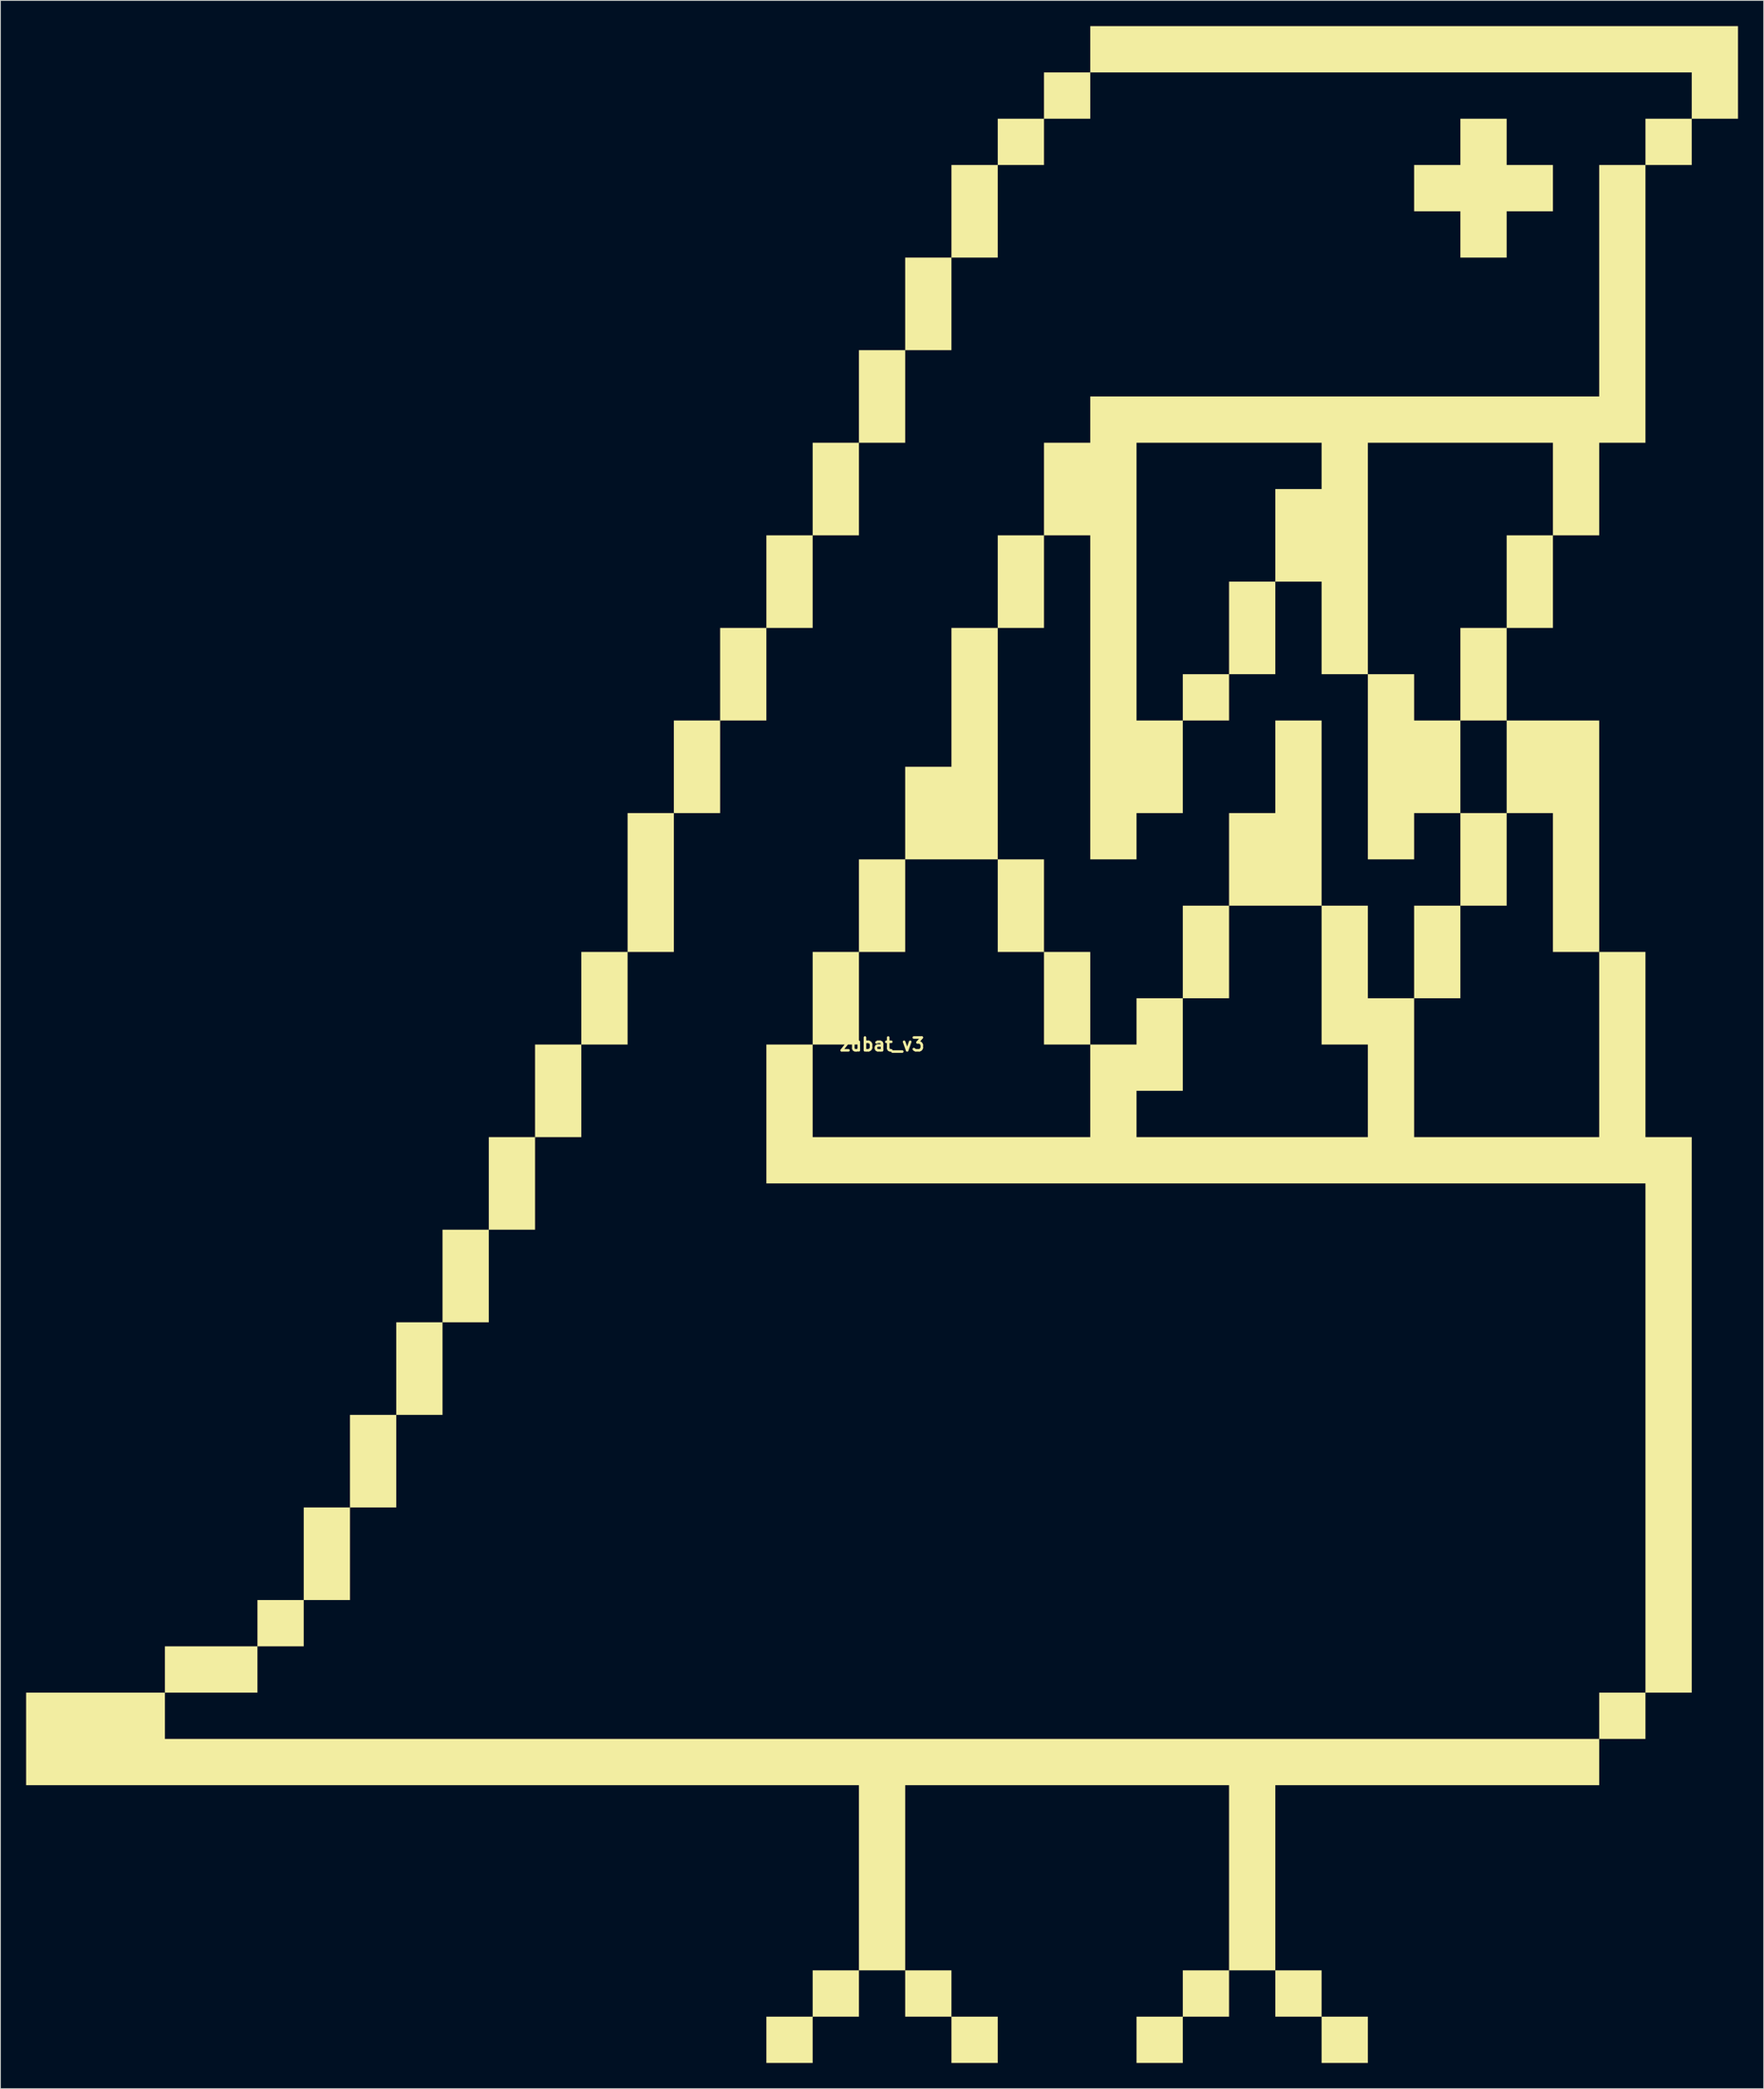
<source format=kicad_pcb>
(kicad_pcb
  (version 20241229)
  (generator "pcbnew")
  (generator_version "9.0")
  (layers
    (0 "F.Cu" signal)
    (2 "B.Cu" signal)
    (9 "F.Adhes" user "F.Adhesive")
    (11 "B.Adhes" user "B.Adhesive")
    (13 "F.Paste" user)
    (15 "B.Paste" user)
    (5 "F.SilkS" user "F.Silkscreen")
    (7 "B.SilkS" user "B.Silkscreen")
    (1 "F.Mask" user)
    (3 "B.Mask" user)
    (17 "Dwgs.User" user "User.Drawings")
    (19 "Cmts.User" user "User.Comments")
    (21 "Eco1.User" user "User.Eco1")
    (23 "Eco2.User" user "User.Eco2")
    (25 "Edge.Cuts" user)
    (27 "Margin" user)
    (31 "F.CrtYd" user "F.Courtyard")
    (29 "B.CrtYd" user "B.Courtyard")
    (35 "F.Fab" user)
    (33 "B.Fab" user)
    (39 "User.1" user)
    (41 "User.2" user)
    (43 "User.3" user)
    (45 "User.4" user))
  (footprint "zubat_v3"
    (layer "F.Cu")
    (at 99.979 118.894)
    (property "Reference" "zubat_v3" (at 0 0 0) (layer "F.SilkS") (effects (font (size 1.5 1.5) (thickness 0.3))))
    (attr board_only exclude_from_pos_files exclude_from_bom)
    (fp_poly (pts (xy 8.106 110.787) (xy 8.106 113.489) (xy 5.404 113.489) (xy 2.702 113.489) (xy 2.702 110.787) (xy 2.702 108.085) (xy 5.404 108.085) (xy 8.106 108.085)) (stroke (width 0) (type solid)) (fill yes) (layer "F.SilkS"))
    (fp_poly (pts (xy 13.511 116.191) (xy 13.511 118.894) (xy 10.809 118.894) (xy 8.106 118.894) (xy 8.106 116.191) (xy 8.106 113.489) (xy 10.809 113.489) (xy 13.511 113.489)) (stroke (width 0) (type solid)) (fill yes) (layer "F.SilkS"))
    (fp_poly (pts (xy 18.915 -16.213) (xy 18.915 -10.809) (xy 16.213 -10.809) (xy 13.511 -10.809) (xy 13.511 -16.213) (xy 13.511 -21.617) (xy 16.213 -21.617) (xy 18.915 -21.617)) (stroke (width 0) (type solid)) (fill yes) (layer "F.SilkS"))
    (fp_poly (pts (xy 24.319 -5.404) (xy 24.319 0) (xy 21.617 0) (xy 18.915 0) (xy 18.915 -5.404) (xy 18.915 -10.809) (xy 21.617 -10.809) (xy 24.319 -10.809)) (stroke (width 0) (type solid)) (fill yes) (layer "F.SilkS"))
    (fp_poly (pts (xy 51.34 110.787) (xy 51.34 113.489) (xy 48.638 113.489) (xy 45.936 113.489) (xy 45.936 110.787) (xy 45.936 108.085) (xy 48.638 108.085) (xy 51.34 108.085)) (stroke (width 0) (type solid)) (fill yes) (layer "F.SilkS"))
    (fp_poly (pts (xy 56.745 116.191) (xy 56.745 118.894) (xy 54.043 118.894) (xy 51.34 118.894) (xy 51.34 116.191) (xy 51.34 113.489) (xy 54.043 113.489) (xy 56.745 113.489)) (stroke (width 0) (type solid)) (fill yes) (layer "F.SilkS"))
    (fp_poly (pts (xy 83.766 -24.319) (xy 83.766 -10.809) (xy 81.064 -10.809) (xy 78.362 -10.809) (xy 78.362 -18.915) (xy 78.362 -27.021) (xy 75.66 -27.021) (xy 72.957 -27.021) (xy 72.957 -32.426) (xy 72.957 -37.83) (xy 78.362 -37.83) (xy 83.766 -37.83)) (stroke (width 0) (type solid)) (fill yes) (layer "F.SilkS"))
    (fp_poly (pts (xy 45.936 -48.638) (xy 45.936 -43.234) (xy 43.234 -43.234) (xy 40.532 -43.234) (xy 40.532 -40.532) (xy 40.532 -37.83) (xy 37.83 -37.83) (xy 35.128 -37.83) (xy 35.128 -40.532) (xy 35.128 -43.234) (xy 37.83 -43.234) (xy 40.532 -43.234) (xy 40.532 -48.638) (xy 40.532 -54.043) (xy 43.234 -54.043) (xy 45.936 -54.043)) (stroke (width 0) (type solid)) (fill yes) (layer "F.SilkS"))
    (fp_poly (pts (xy 62.149 -40.532) (xy 62.149 -37.83) (xy 64.851 -37.83) (xy 67.553 -37.83) (xy 67.553 -32.426) (xy 67.553 -27.021) (xy 64.851 -27.021) (xy 62.149 -27.021) (xy 62.149 -24.319) (xy 62.149 -21.617) (xy 59.447 -21.617) (xy 56.745 -21.617) (xy 56.745 -32.426) (xy 56.745 -43.234) (xy 59.447 -43.234) (xy 62.149 -43.234)) (stroke (width 0) (type solid)) (fill yes) (layer "F.SilkS"))
    (fp_poly (pts (xy 72.957 -21.617) (xy 72.957 -16.213) (xy 70.255 -16.213) (xy 67.553 -16.213) (xy 67.553 -10.809) (xy 67.553 -5.404) (xy 64.851 -5.404) (xy 62.149 -5.404) (xy 62.149 -10.809) (xy 62.149 -16.213) (xy 64.851 -16.213) (xy 67.553 -16.213) (xy 67.553 -21.617) (xy 67.553 -27.021) (xy 70.255 -27.021) (xy 72.957 -27.021)) (stroke (width 0) (type solid)) (fill yes) (layer "F.SilkS"))
    (fp_poly (pts (xy 51.34 -27.021) (xy 51.34 -16.213) (xy 45.936 -16.213) (xy 40.532 -16.213) (xy 40.532 -10.809) (xy 40.532 -5.404) (xy 37.83 -5.404) (xy 35.128 -5.404) (xy 35.128 -10.809) (xy 35.128 -16.213) (xy 37.83 -16.213) (xy 40.532 -16.213) (xy 40.532 -21.617) (xy 40.532 -27.021) (xy 43.234 -27.021) (xy 45.936 -27.021) (xy 45.936 -32.426) (xy 45.936 -37.83) (xy 48.638 -37.83) (xy 51.34 -37.83)) (stroke (width 0) (type solid)) (fill yes) (layer "F.SilkS"))
    (fp_poly (pts (xy 72.957 -105.383) (xy 72.957 -102.681) (xy 75.66 -102.681) (xy 78.362 -102.681) (xy 78.362 -99.979) (xy 78.362 -97.277) (xy 75.66 -97.277) (xy 72.957 -97.277) (xy 72.957 -94.574) (xy 72.957 -91.872) (xy 70.255 -91.872) (xy 67.553 -91.872) (xy 67.553 -94.574) (xy 67.553 -97.277) (xy 64.851 -97.277) (xy 62.149 -97.277) (xy 62.149 -99.979) (xy 62.149 -102.681) (xy 64.851 -102.681) (xy 67.553 -102.681) (xy 67.553 -105.383) (xy 67.553 -108.085) (xy 70.255 -108.085) (xy 72.957 -108.085)) (stroke (width 0) (type solid)) (fill yes) (layer "F.SilkS"))
    (fp_poly (pts (xy 18.915 -54.043) (xy 18.915 -48.638) (xy 16.213 -48.638) (xy 13.511 -48.638) (xy 13.511 -35.128) (xy 13.511 -21.617) (xy 8.106 -21.617) (xy 2.702 -21.617) (xy 2.702 -16.213) (xy 2.702 -10.809) (xy 0 -10.809) (xy -2.702 -10.809) (xy -2.702 -5.404) (xy -2.702 0) (xy -5.404 0) (xy -8.106 0) (xy -8.106 -5.404) (xy -8.106 -10.809) (xy -5.404 -10.809) (xy -2.702 -10.809) (xy -2.702 -16.213) (xy -2.702 -21.617) (xy 0 -21.617) (xy 2.702 -21.617) (xy 2.702 -27.021) (xy 2.702 -32.426) (xy 5.404 -32.426) (xy 8.106 -32.426) (xy 8.106 -40.532) (xy 8.106 -48.638) (xy 10.809 -48.638) (xy 13.511 -48.638) (xy 13.511 -54.043) (xy 13.511 -59.447) (xy 16.213 -59.447) (xy 18.915 -59.447)) (stroke (width 0) (type solid)) (fill yes) (layer "F.SilkS"))
    (fp_poly (pts (xy 99.979 -113.489) (xy 99.979 -108.085) (xy 97.277 -108.085) (xy 94.574 -108.085) (xy 94.574 -105.383) (xy 94.574 -102.681) (xy 91.872 -102.681) (xy 89.17 -102.681) (xy 89.17 -86.468) (xy 89.17 -70.255) (xy 86.468 -70.255) (xy 83.766 -70.255) (xy 83.766 -64.851) (xy 83.766 -59.447) (xy 81.064 -59.447) (xy 78.362 -59.447) (xy 78.362 -54.043) (xy 78.362 -48.638) (xy 75.66 -48.638) (xy 72.957 -48.638) (xy 72.957 -43.234) (xy 72.957 -37.83) (xy 70.255 -37.83) (xy 67.553 -37.83) (xy 67.553 -43.234) (xy 67.553 -48.638) (xy 70.255 -48.638) (xy 72.957 -48.638) (xy 72.957 -54.043) (xy 72.957 -59.447) (xy 75.66 -59.447) (xy 78.362 -59.447) (xy 78.362 -64.851) (xy 78.362 -70.255) (xy 67.553 -70.255) (xy 56.745 -70.255) (xy 56.745 -56.745) (xy 56.745 -43.234) (xy 54.043 -43.234) (xy 51.34 -43.234) (xy 51.34 -48.638) (xy 51.34 -54.043) (xy 48.638 -54.043) (xy 45.936 -54.043) (xy 45.936 -59.447) (xy 45.936 -64.851) (xy 48.638 -64.851) (xy 51.34 -64.851) (xy 51.34 -67.553) (xy 51.34 -70.255) (xy 40.532 -70.255) (xy 29.723 -70.255) (xy 29.723 -54.043) (xy 29.723 -37.83) (xy 32.426 -37.83) (xy 35.128 -37.83) (xy 35.128 -32.426) (xy 35.128 -27.021) (xy 32.426 -27.021) (xy 29.723 -27.021) (xy 29.723 -24.319) (xy 29.723 -21.617) (xy 27.021 -21.617) (xy 24.319 -21.617) (xy 24.319 -40.532) (xy 24.319 -59.447) (xy 21.617 -59.447) (xy 18.915 -59.447) (xy 18.915 -64.851) (xy 18.915 -70.255) (xy 21.617 -70.255) (xy 24.319 -70.255) (xy 24.319 -72.957) (xy 24.319 -75.66) (xy 54.043 -75.66) (xy 83.766 -75.66) (xy 83.766 -89.17) (xy 83.766 -102.681) (xy 86.468 -102.681) (xy 89.17 -102.681) (xy 89.17 -105.383) (xy 89.17 -108.085) (xy 91.872 -108.085) (xy 94.574 -108.085) (xy 94.574 -110.787) (xy 94.574 -113.489) (xy 59.447 -113.489) (xy 24.319 -113.489) (xy 24.319 -110.787) (xy 24.319 -108.085) (xy 21.617 -108.085) (xy 18.915 -108.085) (xy 18.915 -105.383) (xy 18.915 -102.681) (xy 16.213 -102.681) (xy 13.511 -102.681) (xy 13.511 -97.277) (xy 13.511 -91.872) (xy 10.809 -91.872) (xy 8.106 -91.872) (xy 8.106 -86.468) (xy 8.106 -81.064) (xy 5.404 -81.064) (xy 2.702 -81.064) (xy 2.702 -75.66) (xy 2.702 -70.255) (xy 0 -70.255) (xy -2.702 -70.255) (xy -2.702 -64.851) (xy -2.702 -59.447) (xy -5.404 -59.447) (xy -8.106 -59.447) (xy -8.106 -54.043) (xy -8.106 -48.638) (xy -10.809 -48.638) (xy -13.511 -48.638) (xy -13.511 -43.234) (xy -13.511 -37.83) (xy -16.213 -37.83) (xy -18.915 -37.83) (xy -18.915 -32.426) (xy -18.915 -27.021) (xy -21.617 -27.021) (xy -24.319 -27.021) (xy -24.319 -18.915) (xy -24.319 -10.809) (xy -27.021 -10.809) (xy -29.723 -10.809) (xy -29.723 -5.404) (xy -29.723 0) (xy -32.426 0) (xy -35.128 0) (xy -35.128 5.404) (xy -35.128 10.809) (xy -37.83 10.809) (xy -40.532 10.809) (xy -40.532 16.213) (xy -40.532 21.617) (xy -43.234 21.617) (xy -45.936 21.617) (xy -45.936 27.021) (xy -45.936 32.426) (xy -48.638 32.426) (xy -51.34 32.426) (xy -51.34 37.83) (xy -51.34 43.234) (xy -54.043 43.234) (xy -56.745 43.234) (xy -56.745 48.638) (xy -56.745 54.043) (xy -59.447 54.043) (xy -62.149 54.043) (xy -62.149 59.447) (xy -62.149 64.851) (xy -64.851 64.851) (xy -67.553 64.851) (xy -67.553 67.553) (xy -67.553 70.255) (xy -70.255 70.255) (xy -72.957 70.255) (xy -72.957 72.957) (xy -72.957 75.66) (xy -78.362 75.66) (xy -83.766 75.66) (xy -83.766 78.362) (xy -83.766 81.064) (xy 0 81.064) (xy 83.766 81.064) (xy 83.766 78.362) (xy 83.766 75.66) (xy 86.468 75.66) (xy 89.17 75.66) (xy 89.17 45.936) (xy 89.17 16.213) (xy 37.83 16.213) (xy -13.511 16.213) (xy -13.511 8.106) (xy -13.511 0) (xy -10.809 0) (xy -8.106 0) (xy -8.106 5.404) (xy -8.106 10.809) (xy 8.106 10.809) (xy 24.319 10.809) (xy 24.319 5.404) (xy 24.319 0) (xy 27.021 0) (xy 29.723 0) (xy 29.723 -2.702) (xy 29.723 -5.404) (xy 32.426 -5.404) (xy 35.128 -5.404) (xy 35.128 0) (xy 35.128 5.404) (xy 32.426 5.404) (xy 29.723 5.404) (xy 29.723 8.106) (xy 29.723 10.809) (xy 43.234 10.809) (xy 56.745 10.809) (xy 56.745 5.404) (xy 56.745 0) (xy 54.043 0) (xy 51.34 0) (xy 51.34 -8.106) (xy 51.34 -16.213) (xy 54.043 -16.213) (xy 56.745 -16.213) (xy 56.745 -10.809) (xy 56.745 -5.404) (xy 59.447 -5.404) (xy 62.149 -5.404) (xy 62.149 2.702) (xy 62.149 10.809) (xy 72.957 10.809) (xy 83.766 10.809) (xy 83.766 0) (xy 83.766 -10.809) (xy 86.468 -10.809) (xy 89.17 -10.809) (xy 89.17 0) (xy 89.17 10.809) (xy 91.872 10.809) (xy 94.574 10.809) (xy 94.574 43.234) (xy 94.574 75.66) (xy 91.872 75.66) (xy 89.17 75.66) (xy 89.17 78.362) (xy 89.17 81.064) (xy 86.468 81.064) (xy 83.766 81.064) (xy 83.766 83.766) (xy 83.766 86.468) (xy 64.851 86.468) (xy 45.936 86.468) (xy 45.936 97.277) (xy 45.936 108.085) (xy 43.234 108.085) (xy 40.532 108.085) (xy 40.532 110.787) (xy 40.532 113.489) (xy 37.83 113.489) (xy 35.128 113.489) (xy 35.128 116.191) (xy 35.128 118.894) (xy 32.426 118.894) (xy 29.723 118.894) (xy 29.723 116.191) (xy 29.723 113.489) (xy 32.426 113.489) (xy 35.128 113.489) (xy 35.128 110.787) (xy 35.128 108.085) (xy 37.83 108.085) (xy 40.532 108.085) (xy 40.532 97.277) (xy 40.532 86.468) (xy 21.617 86.468) (xy 2.702 86.468) (xy 2.702 97.277) (xy 2.702 108.085) (xy 0 108.085) (xy -2.702 108.085) (xy -2.702 110.787) (xy -2.702 113.489) (xy -5.404 113.489) (xy -8.106 113.489) (xy -8.106 116.191) (xy -8.106 118.894) (xy -10.809 118.894) (xy -13.511 118.894) (xy -13.511 116.191) (xy -13.511 113.489) (xy -10.809 113.489) (xy -8.106 113.489) (xy -8.106 110.787) (xy -8.106 108.085) (xy -5.404 108.085) (xy -2.702 108.085) (xy -2.702 97.277) (xy -2.702 86.468) (xy -51.34 86.468) (xy -99.979 86.468) (xy -99.979 81.064) (xy -99.979 75.66) (xy -91.872 75.66) (xy -83.766 75.66) (xy -83.766 72.957) (xy -83.766 70.255) (xy -78.362 70.255) (xy -72.957 70.255) (xy -72.957 67.553) (xy -72.957 64.851) (xy -70.255 64.851) (xy -67.553 64.851) (xy -67.553 59.447) (xy -67.553 54.043) (xy -64.851 54.043) (xy -62.149 54.043) (xy -62.149 48.638) (xy -62.149 43.234) (xy -59.447 43.234) (xy -56.745 43.234) (xy -56.745 37.83) (xy -56.745 32.426) (xy -54.043 32.426) (xy -51.34 32.426) (xy -51.34 27.021) (xy -51.34 21.617) (xy -48.638 21.617) (xy -45.936 21.617) (xy -45.936 16.213) (xy -45.936 10.809) (xy -43.234 10.809) (xy -40.532 10.809) (xy -40.532 5.404) (xy -40.532 0) (xy -37.83 0) (xy -35.128 0) (xy -35.128 -5.404) (xy -35.128 -10.809) (xy -32.426 -10.809) (xy -29.723 -10.809) (xy -29.723 -18.915) (xy -29.723 -27.021) (xy -27.021 -27.021) (xy -24.319 -27.021) (xy -24.319 -32.426) (xy -24.319 -37.83) (xy -21.617 -37.83) (xy -18.915 -37.83) (xy -18.915 -43.234) (xy -18.915 -48.638) (xy -16.213 -48.638) (xy -13.511 -48.638) (xy -13.511 -54.043) (xy -13.511 -59.447) (xy -10.809 -59.447) (xy -8.106 -59.447) (xy -8.106 -64.851) (xy -8.106 -70.255) (xy -5.404 -70.255) (xy -2.702 -70.255) (xy -2.702 -75.66) (xy -2.702 -81.064) (xy 0 -81.064) (xy 2.702 -81.064) (xy 2.702 -86.468) (xy 2.702 -91.872) (xy 5.404 -91.872) (xy 8.106 -91.872) (xy 8.106 -97.277) (xy 8.106 -102.681) (xy 10.809 -102.681) (xy 13.511 -102.681) (xy 13.511 -105.383) (xy 13.511 -108.085) (xy 16.213 -108.085) (xy 18.915 -108.085) (xy 18.915 -110.787) (xy 18.915 -113.489) (xy 21.617 -113.489) (xy 24.319 -113.489) (xy 24.319 -116.191) (xy 24.319 -118.894) (xy 62.149 -118.894) (xy 99.979 -118.894)) (stroke (width 0) (type solid)) (fill yes) (layer "F.SilkS")))
  (gr_rect
    (start -3 -3)
    (end 202.957 240.787)
    (stroke (width 0.1) (type default))
    (fill no)
    (layer "Edge.Cuts")))
</source>
